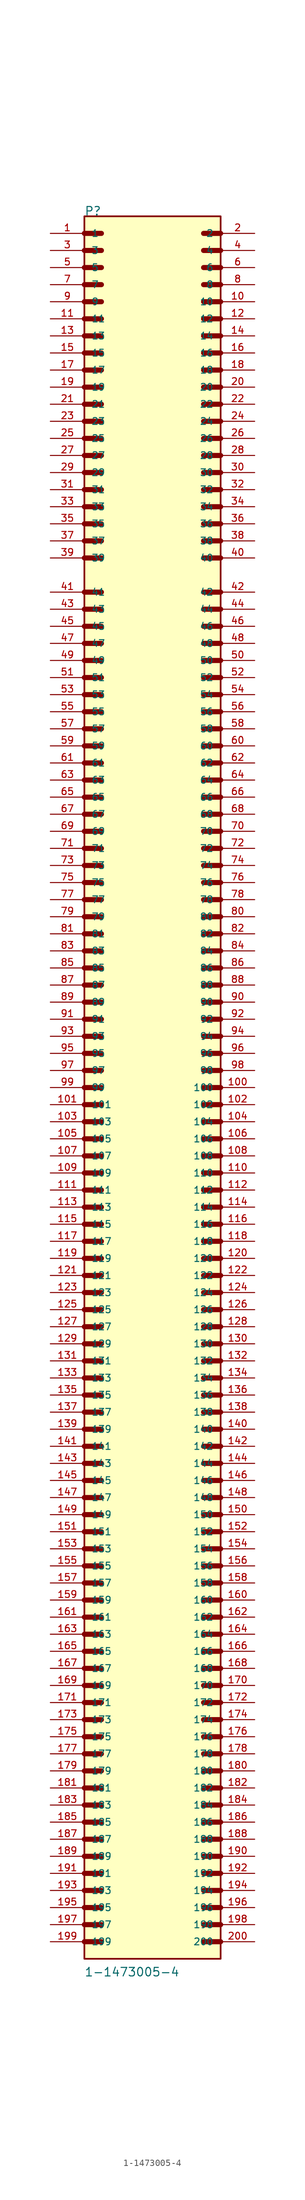
<source format=kicad_sym>
(kicad_symbol_lib
  (version 20211014)
  (generator kicad_symbol_editor)
  (symbol "1-1473005-4"
    (pin_names
      (offset 1.016))
    (property "Reference" "P"
      (at -10.162 129.569 0)
      (effects (font (size 1.27 1.27)) (justify bottom left)))
    (property "Value" "1-1473005-4"
      (at -10.173 -132.252 0)
      (effects (font (size 1.27 1.27)) (justify bottom left)))
    (symbol "1-1473005-4_0_0"
      (polyline (pts (xy -10.16 127.0) (xy -7.62 127.0)) (stroke (width 0.762)))
      (polyline (pts (xy -10.16 124.46) (xy -7.62 124.46)) (stroke (width 0.762)))
      (polyline (pts (xy -10.16 121.92) (xy -7.62 121.92)) (stroke (width 0.762)))
      (polyline (pts (xy -10.16 119.38) (xy -7.62 119.38)) (stroke (width 0.762)))
      (polyline (pts (xy -10.16 116.84) (xy -7.62 116.84)) (stroke (width 0.762)))
      (polyline (pts (xy -10.16 114.3) (xy -7.62 114.3)) (stroke (width 0.762)))
      (polyline (pts (xy -10.16 111.76) (xy -7.62 111.76)) (stroke (width 0.762)))
      (polyline (pts (xy -10.16 109.22) (xy -7.62 109.22)) (stroke (width 0.762)))
      (polyline (pts (xy -10.16 106.68) (xy -7.62 106.68)) (stroke (width 0.762)))
      (polyline (pts (xy -10.16 104.14) (xy -7.62 104.14)) (stroke (width 0.762)))
      (polyline (pts (xy -10.16 101.6) (xy -7.62 101.6)) (stroke (width 0.762)))
      (polyline (pts (xy 7.62 127.0) (xy 10.16 127.0)) (stroke (width 0.762)))
      (polyline (pts (xy 7.62 124.46) (xy 10.16 124.46)) (stroke (width 0.762)))
      (polyline (pts (xy 7.62 121.92) (xy 10.16 121.92)) (stroke (width 0.762)))
      (polyline (pts (xy 7.62 119.38) (xy 10.16 119.38)) (stroke (width 0.762)))
      (polyline (pts (xy 7.62 116.84) (xy 10.16 116.84)) (stroke (width 0.762)))
      (polyline (pts (xy 7.62 114.3) (xy 10.16 114.3)) (stroke (width 0.762)))
      (polyline (pts (xy 7.62 111.76) (xy 10.16 111.76)) (stroke (width 0.762)))
      (polyline (pts (xy 7.62 109.22) (xy 10.16 109.22)) (stroke (width 0.762)))
      (polyline (pts (xy 7.62 106.68) (xy 10.16 106.68)) (stroke (width 0.762)))
      (polyline (pts (xy 7.62 104.14) (xy 10.16 104.14)) (stroke (width 0.762)))
      (polyline (pts (xy 7.62 101.6) (xy 10.16 101.6)) (stroke (width 0.762)))
      (polyline (pts (xy -10.16 99.06) (xy -7.62 99.06)) (stroke (width 0.762)))
      (polyline (pts (xy -10.16 96.52) (xy -7.62 96.52)) (stroke (width 0.762)))
      (polyline (pts (xy -10.16 93.98) (xy -7.62 93.98)) (stroke (width 0.762)))
      (polyline (pts (xy -10.16 91.44) (xy -7.62 91.44)) (stroke (width 0.762)))
      (polyline (pts (xy -10.16 88.9) (xy -7.62 88.9)) (stroke (width 0.762)))
      (polyline (pts (xy -10.16 86.36) (xy -7.62 86.36)) (stroke (width 0.762)))
      (polyline (pts (xy -10.16 83.82) (xy -7.62 83.82)) (stroke (width 0.762)))
      (polyline (pts (xy -10.16 81.28) (xy -7.62 81.28)) (stroke (width 0.762)))
      (polyline (pts (xy -10.16 78.74) (xy -7.62 78.74)) (stroke (width 0.762)))
      (polyline (pts (xy 7.62 99.06) (xy 10.16 99.06)) (stroke (width 0.762)))
      (polyline (pts (xy 7.62 96.52) (xy 10.16 96.52)) (stroke (width 0.762)))
      (polyline (pts (xy 7.62 93.98) (xy 10.16 93.98)) (stroke (width 0.762)))
      (polyline (pts (xy 7.62 91.44) (xy 10.16 91.44)) (stroke (width 0.762)))
      (polyline (pts (xy 7.62 88.9) (xy 10.16 88.9)) (stroke (width 0.762)))
      (polyline (pts (xy 7.62 86.36) (xy 10.16 86.36)) (stroke (width 0.762)))
      (polyline (pts (xy 7.62 83.82) (xy 10.16 83.82)) (stroke (width 0.762)))
      (polyline (pts (xy 7.62 81.28) (xy 10.16 81.28)) (stroke (width 0.762)))
      (polyline (pts (xy 7.62 78.74) (xy 10.16 78.74)) (stroke (width 0.762)))
      (polyline (pts (xy -10.16 73.66) (xy -7.62 73.66)) (stroke (width 0.762)))
      (polyline (pts (xy -10.16 71.12) (xy -7.62 71.12)) (stroke (width 0.762)))
      (polyline (pts (xy -10.16 68.58) (xy -7.62 68.58)) (stroke (width 0.762)))
      (polyline (pts (xy -10.16 66.04) (xy -7.62 66.04)) (stroke (width 0.762)))
      (polyline (pts (xy -10.16 63.5) (xy -7.62 63.5)) (stroke (width 0.762)))
      (polyline (pts (xy -10.16 60.96) (xy -7.62 60.96)) (stroke (width 0.762)))
      (polyline (pts (xy -10.16 58.42) (xy -7.62 58.42)) (stroke (width 0.762)))
      (polyline (pts (xy -10.16 55.88) (xy -7.62 55.88)) (stroke (width 0.762)))
      (polyline (pts (xy -10.16 53.34) (xy -7.62 53.34)) (stroke (width 0.762)))
      (polyline (pts (xy -10.16 50.8) (xy -7.62 50.8)) (stroke (width 0.762)))
      (polyline (pts (xy -10.16 48.26) (xy -7.62 48.26)) (stroke (width 0.762)))
      (polyline (pts (xy 7.62 73.66) (xy 10.16 73.66)) (stroke (width 0.762)))
      (polyline (pts (xy 7.62 71.12) (xy 10.16 71.12)) (stroke (width 0.762)))
      (polyline (pts (xy 7.62 68.58) (xy 10.16 68.58)) (stroke (width 0.762)))
      (polyline (pts (xy 7.62 66.04) (xy 10.16 66.04)) (stroke (width 0.762)))
      (polyline (pts (xy 7.62 63.5) (xy 10.16 63.5)) (stroke (width 0.762)))
      (polyline (pts (xy 7.62 60.96) (xy 10.16 60.96)) (stroke (width 0.762)))
      (polyline (pts (xy 7.62 58.42) (xy 10.16 58.42)) (stroke (width 0.762)))
      (polyline (pts (xy 7.62 55.88) (xy 10.16 55.88)) (stroke (width 0.762)))
      (polyline (pts (xy 7.62 53.34) (xy 10.16 53.34)) (stroke (width 0.762)))
      (polyline (pts (xy 7.62 50.8) (xy 10.16 50.8)) (stroke (width 0.762)))
      (polyline (pts (xy 7.62 48.26) (xy 10.16 48.26)) (stroke (width 0.762)))
      (polyline (pts (xy -10.16 45.72) (xy -7.62 45.72)) (stroke (width 0.762)))
      (polyline (pts (xy -10.16 43.18) (xy -7.62 43.18)) (stroke (width 0.762)))
      (polyline (pts (xy -10.16 40.64) (xy -7.62 40.64)) (stroke (width 0.762)))
      (polyline (pts (xy -10.16 38.1) (xy -7.62 38.1)) (stroke (width 0.762)))
      (polyline (pts (xy -10.16 35.56) (xy -7.62 35.56)) (stroke (width 0.762)))
      (polyline (pts (xy -10.16 33.02) (xy -7.62 33.02)) (stroke (width 0.762)))
      (polyline (pts (xy -10.16 30.48) (xy -7.62 30.48)) (stroke (width 0.762)))
      (polyline (pts (xy -10.16 27.94) (xy -7.62 27.94)) (stroke (width 0.762)))
      (polyline (pts (xy -10.16 25.4) (xy -7.62 25.4)) (stroke (width 0.762)))
      (polyline (pts (xy 7.62 45.72) (xy 10.16 45.72)) (stroke (width 0.762)))
      (polyline (pts (xy 7.62 43.18) (xy 10.16 43.18)) (stroke (width 0.762)))
      (polyline (pts (xy 7.62 40.64) (xy 10.16 40.64)) (stroke (width 0.762)))
      (polyline (pts (xy 7.62 38.1) (xy 10.16 38.1)) (stroke (width 0.762)))
      (polyline (pts (xy 7.62 35.56) (xy 10.16 35.56)) (stroke (width 0.762)))
      (polyline (pts (xy 7.62 33.02) (xy 10.16 33.02)) (stroke (width 0.762)))
      (polyline (pts (xy 7.62 30.48) (xy 10.16 30.48)) (stroke (width 0.762)))
      (polyline (pts (xy 7.62 27.94) (xy 10.16 27.94)) (stroke (width 0.762)))
      (polyline (pts (xy 7.62 25.4) (xy 10.16 25.4)) (stroke (width 0.762)))
      (polyline (pts (xy -10.16 22.86) (xy -7.62 22.86)) (stroke (width 0.762)))
      (polyline (pts (xy -10.16 20.32) (xy -7.62 20.32)) (stroke (width 0.762)))
      (polyline (pts (xy -10.16 17.78) (xy -7.62 17.78)) (stroke (width 0.762)))
      (polyline (pts (xy -10.16 15.24) (xy -7.62 15.24)) (stroke (width 0.762)))
      (polyline (pts (xy -10.16 12.7) (xy -7.62 12.7)) (stroke (width 0.762)))
      (polyline (pts (xy -10.16 10.16) (xy -7.62 10.16)) (stroke (width 0.762)))
      (polyline (pts (xy -10.16 7.62) (xy -7.62 7.62)) (stroke (width 0.762)))
      (polyline (pts (xy -10.16 5.08) (xy -7.62 5.08)) (stroke (width 0.762)))
      (polyline (pts (xy -10.16 2.54) (xy -7.62 2.54)) (stroke (width 0.762)))
      (polyline (pts (xy -10.16 0.0) (xy -7.62 0.0)) (stroke (width 0.762)))
      (polyline (pts (xy -10.16 -2.54) (xy -7.62 -2.54)) (stroke (width 0.762)))
      (polyline (pts (xy 7.62 22.86) (xy 10.16 22.86)) (stroke (width 0.762)))
      (polyline (pts (xy 7.62 20.32) (xy 10.16 20.32)) (stroke (width 0.762)))
      (polyline (pts (xy 7.62 17.78) (xy 10.16 17.78)) (stroke (width 0.762)))
      (polyline (pts (xy 7.62 15.24) (xy 10.16 15.24)) (stroke (width 0.762)))
      (polyline (pts (xy 7.62 12.7) (xy 10.16 12.7)) (stroke (width 0.762)))
      (polyline (pts (xy 7.62 10.16) (xy 10.16 10.16)) (stroke (width 0.762)))
      (polyline (pts (xy 7.62 7.62) (xy 10.16 7.62)) (stroke (width 0.762)))
      (polyline (pts (xy 7.62 5.08) (xy 10.16 5.08)) (stroke (width 0.762)))
      (polyline (pts (xy 7.62 2.54) (xy 10.16 2.54)) (stroke (width 0.762)))
      (polyline (pts (xy 7.62 0.0) (xy 10.16 0.0)) (stroke (width 0.762)))
      (polyline (pts (xy 7.62 -2.54) (xy 10.16 -2.54)) (stroke (width 0.762)))
      (polyline (pts (xy -10.16 -5.08) (xy -7.62 -5.08)) (stroke (width 0.762)))
      (polyline (pts (xy -10.16 -7.62) (xy -7.62 -7.62)) (stroke (width 0.762)))
      (polyline (pts (xy -10.16 -10.16) (xy -7.62 -10.16)) (stroke (width 0.762)))
      (polyline (pts (xy -10.16 -12.7) (xy -7.62 -12.7)) (stroke (width 0.762)))
      (polyline (pts (xy -10.16 -15.24) (xy -7.62 -15.24)) (stroke (width 0.762)))
      (polyline (pts (xy -10.16 -17.78) (xy -7.62 -17.78)) (stroke (width 0.762)))
      (polyline (pts (xy -10.16 -20.32) (xy -7.62 -20.32)) (stroke (width 0.762)))
      (polyline (pts (xy -10.16 -22.86) (xy -7.62 -22.86)) (stroke (width 0.762)))
      (polyline (pts (xy -10.16 -25.4) (xy -7.62 -25.4)) (stroke (width 0.762)))
      (polyline (pts (xy 7.62 -5.08) (xy 10.16 -5.08)) (stroke (width 0.762)))
      (polyline (pts (xy 7.62 -7.62) (xy 10.16 -7.62)) (stroke (width 0.762)))
      (polyline (pts (xy 7.62 -10.16) (xy 10.16 -10.16)) (stroke (width 0.762)))
      (polyline (pts (xy 7.62 -12.7) (xy 10.16 -12.7)) (stroke (width 0.762)))
      (polyline (pts (xy 7.62 -15.24) (xy 10.16 -15.24)) (stroke (width 0.762)))
      (polyline (pts (xy 7.62 -17.78) (xy 10.16 -17.78)) (stroke (width 0.762)))
      (polyline (pts (xy 7.62 -20.32) (xy 10.16 -20.32)) (stroke (width 0.762)))
      (polyline (pts (xy 7.62 -22.86) (xy 10.16 -22.86)) (stroke (width 0.762)))
      (polyline (pts (xy 7.62 -25.4) (xy 10.16 -25.4)) (stroke (width 0.762)))
      (polyline (pts (xy -10.16 -27.94) (xy -7.62 -27.94)) (stroke (width 0.762)))
      (polyline (pts (xy -10.16 -30.48) (xy -7.62 -30.48)) (stroke (width 0.762)))
      (polyline (pts (xy -10.16 -33.02) (xy -7.62 -33.02)) (stroke (width 0.762)))
      (polyline (pts (xy -10.16 -35.56) (xy -7.62 -35.56)) (stroke (width 0.762)))
      (polyline (pts (xy -10.16 -38.1) (xy -7.62 -38.1)) (stroke (width 0.762)))
      (polyline (pts (xy -10.16 -40.64) (xy -7.62 -40.64)) (stroke (width 0.762)))
      (polyline (pts (xy -10.16 -43.18) (xy -7.62 -43.18)) (stroke (width 0.762)))
      (polyline (pts (xy -10.16 -45.72) (xy -7.62 -45.72)) (stroke (width 0.762)))
      (polyline (pts (xy -10.16 -48.26) (xy -7.62 -48.26)) (stroke (width 0.762)))
      (polyline (pts (xy -10.16 -50.8) (xy -7.62 -50.8)) (stroke (width 0.762)))
      (polyline (pts (xy -10.16 -53.34) (xy -7.62 -53.34)) (stroke (width 0.762)))
      (polyline (pts (xy 7.62 -27.94) (xy 10.16 -27.94)) (stroke (width 0.762)))
      (polyline (pts (xy 7.62 -30.48) (xy 10.16 -30.48)) (stroke (width 0.762)))
      (polyline (pts (xy 7.62 -33.02) (xy 10.16 -33.02)) (stroke (width 0.762)))
      (polyline (pts (xy 7.62 -35.56) (xy 10.16 -35.56)) (stroke (width 0.762)))
      (polyline (pts (xy 7.62 -38.1) (xy 10.16 -38.1)) (stroke (width 0.762)))
      (polyline (pts (xy 7.62 -40.64) (xy 10.16 -40.64)) (stroke (width 0.762)))
      (polyline (pts (xy 7.62 -43.18) (xy 10.16 -43.18)) (stroke (width 0.762)))
      (polyline (pts (xy 7.62 -45.72) (xy 10.16 -45.72)) (stroke (width 0.762)))
      (polyline (pts (xy 7.62 -48.26) (xy 10.16 -48.26)) (stroke (width 0.762)))
      (polyline (pts (xy 7.62 -50.8) (xy 10.16 -50.8)) (stroke (width 0.762)))
      (polyline (pts (xy 7.62 -53.34) (xy 10.16 -53.34)) (stroke (width 0.762)))
      (polyline (pts (xy -10.16 -55.88) (xy -7.62 -55.88)) (stroke (width 0.762)))
      (polyline (pts (xy -10.16 -58.42) (xy -7.62 -58.42)) (stroke (width 0.762)))
      (polyline (pts (xy -10.16 -60.96) (xy -7.62 -60.96)) (stroke (width 0.762)))
      (polyline (pts (xy -10.16 -63.5) (xy -7.62 -63.5)) (stroke (width 0.762)))
      (polyline (pts (xy -10.16 -66.04) (xy -7.62 -66.04)) (stroke (width 0.762)))
      (polyline (pts (xy -10.16 -68.58) (xy -7.62 -68.58)) (stroke (width 0.762)))
      (polyline (pts (xy -10.16 -71.12) (xy -7.62 -71.12)) (stroke (width 0.762)))
      (polyline (pts (xy -10.16 -73.66) (xy -7.62 -73.66)) (stroke (width 0.762)))
      (polyline (pts (xy -10.16 -76.2) (xy -7.62 -76.2)) (stroke (width 0.762)))
      (polyline (pts (xy 7.62 -55.88) (xy 10.16 -55.88)) (stroke (width 0.762)))
      (polyline (pts (xy 7.62 -58.42) (xy 10.16 -58.42)) (stroke (width 0.762)))
      (polyline (pts (xy 7.62 -60.96) (xy 10.16 -60.96)) (stroke (width 0.762)))
      (polyline (pts (xy 7.62 -63.5) (xy 10.16 -63.5)) (stroke (width 0.762)))
      (polyline (pts (xy 7.62 -66.04) (xy 10.16 -66.04)) (stroke (width 0.762)))
      (polyline (pts (xy 7.62 -68.58) (xy 10.16 -68.58)) (stroke (width 0.762)))
      (polyline (pts (xy 7.62 -71.12) (xy 10.16 -71.12)) (stroke (width 0.762)))
      (polyline (pts (xy 7.62 -73.66) (xy 10.16 -73.66)) (stroke (width 0.762)))
      (polyline (pts (xy 7.62 -76.2) (xy 10.16 -76.2)) (stroke (width 0.762)))
      (polyline (pts (xy -10.16 -78.74) (xy -7.62 -78.74)) (stroke (width 0.762)))
      (polyline (pts (xy -10.16 -81.28) (xy -7.62 -81.28)) (stroke (width 0.762)))
      (polyline (pts (xy -10.16 -83.82) (xy -7.62 -83.82)) (stroke (width 0.762)))
      (polyline (pts (xy -10.16 -86.36) (xy -7.62 -86.36)) (stroke (width 0.762)))
      (polyline (pts (xy -10.16 -88.9) (xy -7.62 -88.9)) (stroke (width 0.762)))
      (polyline (pts (xy -10.16 -91.44) (xy -7.62 -91.44)) (stroke (width 0.762)))
      (polyline (pts (xy -10.16 -93.98) (xy -7.62 -93.98)) (stroke (width 0.762)))
      (polyline (pts (xy -10.16 -96.52) (xy -7.62 -96.52)) (stroke (width 0.762)))
      (polyline (pts (xy -10.16 -99.06) (xy -7.62 -99.06)) (stroke (width 0.762)))
      (polyline (pts (xy -10.16 -101.6) (xy -7.62 -101.6)) (stroke (width 0.762)))
      (polyline (pts (xy -10.16 -104.14) (xy -7.62 -104.14)) (stroke (width 0.762)))
      (polyline (pts (xy 7.62 -78.74) (xy 10.16 -78.74)) (stroke (width 0.762)))
      (polyline (pts (xy 7.62 -81.28) (xy 10.16 -81.28)) (stroke (width 0.762)))
      (polyline (pts (xy 7.62 -83.82) (xy 10.16 -83.82)) (stroke (width 0.762)))
      (polyline (pts (xy 7.62 -86.36) (xy 10.16 -86.36)) (stroke (width 0.762)))
      (polyline (pts (xy 7.62 -88.9) (xy 10.16 -88.9)) (stroke (width 0.762)))
      (polyline (pts (xy 7.62 -91.44) (xy 10.16 -91.44)) (stroke (width 0.762)))
      (polyline (pts (xy 7.62 -93.98) (xy 10.16 -93.98)) (stroke (width 0.762)))
      (polyline (pts (xy 7.62 -96.52) (xy 10.16 -96.52)) (stroke (width 0.762)))
      (polyline (pts (xy 7.62 -99.06) (xy 10.16 -99.06)) (stroke (width 0.762)))
      (polyline (pts (xy 7.62 -101.6) (xy 10.16 -101.6)) (stroke (width 0.762)))
      (polyline (pts (xy 7.62 -104.14) (xy 10.16 -104.14)) (stroke (width 0.762)))
      (polyline (pts (xy -10.16 -106.68) (xy -7.62 -106.68)) (stroke (width 0.762)))
      (polyline (pts (xy -10.16 -109.22) (xy -7.62 -109.22)) (stroke (width 0.762)))
      (polyline (pts (xy -10.16 -111.76) (xy -7.62 -111.76)) (stroke (width 0.762)))
      (polyline (pts (xy -10.16 -114.3) (xy -7.62 -114.3)) (stroke (width 0.762)))
      (polyline (pts (xy -10.16 -116.84) (xy -7.62 -116.84)) (stroke (width 0.762)))
      (polyline (pts (xy -10.16 -119.38) (xy -7.62 -119.38)) (stroke (width 0.762)))
      (polyline (pts (xy -10.16 -121.92) (xy -7.62 -121.92)) (stroke (width 0.762)))
      (polyline (pts (xy -10.16 -124.46) (xy -7.62 -124.46)) (stroke (width 0.762)))
      (polyline (pts (xy -10.16 -127.0) (xy -7.62 -127.0)) (stroke (width 0.762)))
      (polyline (pts (xy 7.62 -106.68) (xy 10.16 -106.68)) (stroke (width 0.762)))
      (polyline (pts (xy 7.62 -109.22) (xy 10.16 -109.22)) (stroke (width 0.762)))
      (polyline (pts (xy 7.62 -111.76) (xy 10.16 -111.76)) (stroke (width 0.762)))
      (polyline (pts (xy 7.62 -114.3) (xy 10.16 -114.3)) (stroke (width 0.762)))
      (polyline (pts (xy 7.62 -116.84) (xy 10.16 -116.84)) (stroke (width 0.762)))
      (polyline (pts (xy 7.62 -119.38) (xy 10.16 -119.38)) (stroke (width 0.762)))
      (polyline (pts (xy 7.62 -121.92) (xy 10.16 -121.92)) (stroke (width 0.762)))
      (polyline (pts (xy 7.62 -124.46) (xy 10.16 -124.46)) (stroke (width 0.762)))
      (polyline (pts (xy 7.62 -127.0) (xy 10.16 -127.0)) (stroke (width 0.762)))
      (rectangle (start -10.16 -129.54) (end 10.16 129.54) (stroke (width 0.254)) (fill (type background)))
      (pin passive line (at -15.24 127.0 0) (length 5.08) (name "1" (effects (font (size 1.016 1.016)))) (number "1" (effects (font (size 1.016 1.016)))))
      (pin passive line (at 15.24 127.0 180.0) (length 5.08) (name "2" (effects (font (size 1.016 1.016)))) (number "2" (effects (font (size 1.016 1.016)))))
      (pin passive line (at -15.24 124.46 0) (length 5.08) (name "3" (effects (font (size 1.016 1.016)))) (number "3" (effects (font (size 1.016 1.016)))))
      (pin passive line (at 15.24 124.46 180.0) (length 5.08) (name "4" (effects (font (size 1.016 1.016)))) (number "4" (effects (font (size 1.016 1.016)))))
      (pin passive line (at -15.24 121.92 0) (length 5.08) (name "5" (effects (font (size 1.016 1.016)))) (number "5" (effects (font (size 1.016 1.016)))))
      (pin passive line (at 15.24 121.92 180.0) (length 5.08) (name "6" (effects (font (size 1.016 1.016)))) (number "6" (effects (font (size 1.016 1.016)))))
      (pin passive line (at -15.24 119.38 0) (length 5.08) (name "7" (effects (font (size 1.016 1.016)))) (number "7" (effects (font (size 1.016 1.016)))))
      (pin passive line (at 15.24 119.38 180.0) (length 5.08) (name "8" (effects (font (size 1.016 1.016)))) (number "8" (effects (font (size 1.016 1.016)))))
      (pin passive line (at -15.24 116.84 0) (length 5.08) (name "9" (effects (font (size 1.016 1.016)))) (number "9" (effects (font (size 1.016 1.016)))))
      (pin passive line (at 15.24 116.84 180.0) (length 5.08) (name "10" (effects (font (size 1.016 1.016)))) (number "10" (effects (font (size 1.016 1.016)))))
      (pin passive line (at -15.24 114.3 0) (length 5.08) (name "11" (effects (font (size 1.016 1.016)))) (number "11" (effects (font (size 1.016 1.016)))))
      (pin passive line (at 15.24 114.3 180.0) (length 5.08) (name "12" (effects (font (size 1.016 1.016)))) (number "12" (effects (font (size 1.016 1.016)))))
      (pin passive line (at -15.24 111.76 0) (length 5.08) (name "13" (effects (font (size 1.016 1.016)))) (number "13" (effects (font (size 1.016 1.016)))))
      (pin passive line (at 15.24 111.76 180.0) (length 5.08) (name "14" (effects (font (size 1.016 1.016)))) (number "14" (effects (font (size 1.016 1.016)))))
      (pin passive line (at -15.24 109.22 0) (length 5.08) (name "15" (effects (font (size 1.016 1.016)))) (number "15" (effects (font (size 1.016 1.016)))))
      (pin passive line (at 15.24 109.22 180.0) (length 5.08) (name "16" (effects (font (size 1.016 1.016)))) (number "16" (effects (font (size 1.016 1.016)))))
      (pin passive line (at -15.24 106.68 0) (length 5.08) (name "17" (effects (font (size 1.016 1.016)))) (number "17" (effects (font (size 1.016 1.016)))))
      (pin passive line (at 15.24 106.68 180.0) (length 5.08) (name "18" (effects (font (size 1.016 1.016)))) (number "18" (effects (font (size 1.016 1.016)))))
      (pin passive line (at -15.24 104.14 0) (length 5.08) (name "19" (effects (font (size 1.016 1.016)))) (number "19" (effects (font (size 1.016 1.016)))))
      (pin passive line (at 15.24 104.14 180.0) (length 5.08) (name "20" (effects (font (size 1.016 1.016)))) (number "20" (effects (font (size 1.016 1.016)))))
      (pin passive line (at -15.24 101.6 0) (length 5.08) (name "21" (effects (font (size 1.016 1.016)))) (number "21" (effects (font (size 1.016 1.016)))))
      (pin passive line (at 15.24 101.6 180.0) (length 5.08) (name "22" (effects (font (size 1.016 1.016)))) (number "22" (effects (font (size 1.016 1.016)))))
      (pin passive line (at -15.24 99.06 0) (length 5.08) (name "23" (effects (font (size 1.016 1.016)))) (number "23" (effects (font (size 1.016 1.016)))))
      (pin passive line (at 15.24 99.06 180.0) (length 5.08) (name "24" (effects (font (size 1.016 1.016)))) (number "24" (effects (font (size 1.016 1.016)))))
      (pin passive line (at -15.24 96.52 0) (length 5.08) (name "25" (effects (font (size 1.016 1.016)))) (number "25" (effects (font (size 1.016 1.016)))))
      (pin passive line (at 15.24 96.52 180.0) (length 5.08) (name "26" (effects (font (size 1.016 1.016)))) (number "26" (effects (font (size 1.016 1.016)))))
      (pin passive line (at -15.24 93.98 0) (length 5.08) (name "27" (effects (font (size 1.016 1.016)))) (number "27" (effects (font (size 1.016 1.016)))))
      (pin passive line (at 15.24 93.98 180.0) (length 5.08) (name "28" (effects (font (size 1.016 1.016)))) (number "28" (effects (font (size 1.016 1.016)))))
      (pin passive line (at -15.24 91.44 0) (length 5.08) (name "29" (effects (font (size 1.016 1.016)))) (number "29" (effects (font (size 1.016 1.016)))))
      (pin passive line (at 15.24 91.44 180.0) (length 5.08) (name "30" (effects (font (size 1.016 1.016)))) (number "30" (effects (font (size 1.016 1.016)))))
      (pin passive line (at -15.24 88.9 0) (length 5.08) (name "31" (effects (font (size 1.016 1.016)))) (number "31" (effects (font (size 1.016 1.016)))))
      (pin passive line (at 15.24 88.9 180.0) (length 5.08) (name "32" (effects (font (size 1.016 1.016)))) (number "32" (effects (font (size 1.016 1.016)))))
      (pin passive line (at -15.24 86.36 0) (length 5.08) (name "33" (effects (font (size 1.016 1.016)))) (number "33" (effects (font (size 1.016 1.016)))))
      (pin passive line (at 15.24 86.36 180.0) (length 5.08) (name "34" (effects (font (size 1.016 1.016)))) (number "34" (effects (font (size 1.016 1.016)))))
      (pin passive line (at -15.24 83.82 0) (length 5.08) (name "35" (effects (font (size 1.016 1.016)))) (number "35" (effects (font (size 1.016 1.016)))))
      (pin passive line (at 15.24 83.82 180.0) (length 5.08) (name "36" (effects (font (size 1.016 1.016)))) (number "36" (effects (font (size 1.016 1.016)))))
      (pin passive line (at -15.24 81.28 0) (length 5.08) (name "37" (effects (font (size 1.016 1.016)))) (number "37" (effects (font (size 1.016 1.016)))))
      (pin passive line (at 15.24 81.28 180.0) (length 5.08) (name "38" (effects (font (size 1.016 1.016)))) (number "38" (effects (font (size 1.016 1.016)))))
      (pin passive line (at -15.24 78.74 0) (length 5.08) (name "39" (effects (font (size 1.016 1.016)))) (number "39" (effects (font (size 1.016 1.016)))))
      (pin passive line (at 15.24 78.74 180.0) (length 5.08) (name "40" (effects (font (size 1.016 1.016)))) (number "40" (effects (font (size 1.016 1.016)))))
      (pin passive line (at -15.24 73.66 0) (length 5.08) (name "41" (effects (font (size 1.016 1.016)))) (number "41" (effects (font (size 1.016 1.016)))))
      (pin passive line (at 15.24 73.66 180.0) (length 5.08) (name "42" (effects (font (size 1.016 1.016)))) (number "42" (effects (font (size 1.016 1.016)))))
      (pin passive line (at -15.24 71.12 0) (length 5.08) (name "43" (effects (font (size 1.016 1.016)))) (number "43" (effects (font (size 1.016 1.016)))))
      (pin passive line (at 15.24 71.12 180.0) (length 5.08) (name "44" (effects (font (size 1.016 1.016)))) (number "44" (effects (font (size 1.016 1.016)))))
      (pin passive line (at -15.24 68.58 0) (length 5.08) (name "45" (effects (font (size 1.016 1.016)))) (number "45" (effects (font (size 1.016 1.016)))))
      (pin passive line (at 15.24 68.58 180.0) (length 5.08) (name "46" (effects (font (size 1.016 1.016)))) (number "46" (effects (font (size 1.016 1.016)))))
      (pin passive line (at -15.24 66.04 0) (length 5.08) (name "47" (effects (font (size 1.016 1.016)))) (number "47" (effects (font (size 1.016 1.016)))))
      (pin passive line (at 15.24 66.04 180.0) (length 5.08) (name "48" (effects (font (size 1.016 1.016)))) (number "48" (effects (font (size 1.016 1.016)))))
      (pin passive line (at -15.24 63.5 0) (length 5.08) (name "49" (effects (font (size 1.016 1.016)))) (number "49" (effects (font (size 1.016 1.016)))))
      (pin passive line (at 15.24 63.5 180.0) (length 5.08) (name "50" (effects (font (size 1.016 1.016)))) (number "50" (effects (font (size 1.016 1.016)))))
      (pin passive line (at -15.24 60.96 0) (length 5.08) (name "51" (effects (font (size 1.016 1.016)))) (number "51" (effects (font (size 1.016 1.016)))))
      (pin passive line (at 15.24 60.96 180.0) (length 5.08) (name "52" (effects (font (size 1.016 1.016)))) (number "52" (effects (font (size 1.016 1.016)))))
      (pin passive line (at -15.24 58.42 0) (length 5.08) (name "53" (effects (font (size 1.016 1.016)))) (number "53" (effects (font (size 1.016 1.016)))))
      (pin passive line (at 15.24 58.42 180.0) (length 5.08) (name "54" (effects (font (size 1.016 1.016)))) (number "54" (effects (font (size 1.016 1.016)))))
      (pin passive line (at -15.24 55.88 0) (length 5.08) (name "55" (effects (font (size 1.016 1.016)))) (number "55" (effects (font (size 1.016 1.016)))))
      (pin passive line (at 15.24 55.88 180.0) (length 5.08) (name "56" (effects (font (size 1.016 1.016)))) (number "56" (effects (font (size 1.016 1.016)))))
      (pin passive line (at -15.24 53.34 0) (length 5.08) (name "57" (effects (font (size 1.016 1.016)))) (number "57" (effects (font (size 1.016 1.016)))))
      (pin passive line (at 15.24 53.34 180.0) (length 5.08) (name "58" (effects (font (size 1.016 1.016)))) (number "58" (effects (font (size 1.016 1.016)))))
      (pin passive line (at -15.24 50.8 0) (length 5.08) (name "59" (effects (font (size 1.016 1.016)))) (number "59" (effects (font (size 1.016 1.016)))))
      (pin passive line (at 15.24 50.8 180.0) (length 5.08) (name "60" (effects (font (size 1.016 1.016)))) (number "60" (effects (font (size 1.016 1.016)))))
      (pin passive line (at -15.24 48.26 0) (length 5.08) (name "61" (effects (font (size 1.016 1.016)))) (number "61" (effects (font (size 1.016 1.016)))))
      (pin passive line (at 15.24 48.26 180.0) (length 5.08) (name "62" (effects (font (size 1.016 1.016)))) (number "62" (effects (font (size 1.016 1.016)))))
      (pin passive line (at -15.24 45.72 0) (length 5.08) (name "63" (effects (font (size 1.016 1.016)))) (number "63" (effects (font (size 1.016 1.016)))))
      (pin passive line (at 15.24 45.72 180.0) (length 5.08) (name "64" (effects (font (size 1.016 1.016)))) (number "64" (effects (font (size 1.016 1.016)))))
      (pin passive line (at -15.24 43.18 0) (length 5.08) (name "65" (effects (font (size 1.016 1.016)))) (number "65" (effects (font (size 1.016 1.016)))))
      (pin passive line (at 15.24 43.18 180.0) (length 5.08) (name "66" (effects (font (size 1.016 1.016)))) (number "66" (effects (font (size 1.016 1.016)))))
      (pin passive line (at -15.24 40.64 0) (length 5.08) (name "67" (effects (font (size 1.016 1.016)))) (number "67" (effects (font (size 1.016 1.016)))))
      (pin passive line (at 15.24 40.64 180.0) (length 5.08) (name "68" (effects (font (size 1.016 1.016)))) (number "68" (effects (font (size 1.016 1.016)))))
      (pin passive line (at -15.24 38.1 0) (length 5.08) (name "69" (effects (font (size 1.016 1.016)))) (number "69" (effects (font (size 1.016 1.016)))))
      (pin passive line (at 15.24 38.1 180.0) (length 5.08) (name "70" (effects (font (size 1.016 1.016)))) (number "70" (effects (font (size 1.016 1.016)))))
      (pin passive line (at -15.24 35.56 0) (length 5.08) (name "71" (effects (font (size 1.016 1.016)))) (number "71" (effects (font (size 1.016 1.016)))))
      (pin passive line (at 15.24 35.56 180.0) (length 5.08) (name "72" (effects (font (size 1.016 1.016)))) (number "72" (effects (font (size 1.016 1.016)))))
      (pin passive line (at -15.24 33.02 0) (length 5.08) (name "73" (effects (font (size 1.016 1.016)))) (number "73" (effects (font (size 1.016 1.016)))))
      (pin passive line (at 15.24 33.02 180.0) (length 5.08) (name "74" (effects (font (size 1.016 1.016)))) (number "74" (effects (font (size 1.016 1.016)))))
      (pin passive line (at -15.24 30.48 0) (length 5.08) (name "75" (effects (font (size 1.016 1.016)))) (number "75" (effects (font (size 1.016 1.016)))))
      (pin passive line (at 15.24 30.48 180.0) (length 5.08) (name "76" (effects (font (size 1.016 1.016)))) (number "76" (effects (font (size 1.016 1.016)))))
      (pin passive line (at -15.24 27.94 0) (length 5.08) (name "77" (effects (font (size 1.016 1.016)))) (number "77" (effects (font (size 1.016 1.016)))))
      (pin passive line (at 15.24 27.94 180.0) (length 5.08) (name "78" (effects (font (size 1.016 1.016)))) (number "78" (effects (font (size 1.016 1.016)))))
      (pin passive line (at -15.24 25.4 0) (length 5.08) (name "79" (effects (font (size 1.016 1.016)))) (number "79" (effects (font (size 1.016 1.016)))))
      (pin passive line (at 15.24 25.4 180.0) (length 5.08) (name "80" (effects (font (size 1.016 1.016)))) (number "80" (effects (font (size 1.016 1.016)))))
      (pin passive line (at -15.24 22.86 0) (length 5.08) (name "81" (effects (font (size 1.016 1.016)))) (number "81" (effects (font (size 1.016 1.016)))))
      (pin passive line (at 15.24 22.86 180.0) (length 5.08) (name "82" (effects (font (size 1.016 1.016)))) (number "82" (effects (font (size 1.016 1.016)))))
      (pin passive line (at -15.24 20.32 0) (length 5.08) (name "83" (effects (font (size 1.016 1.016)))) (number "83" (effects (font (size 1.016 1.016)))))
      (pin passive line (at 15.24 20.32 180.0) (length 5.08) (name "84" (effects (font (size 1.016 1.016)))) (number "84" (effects (font (size 1.016 1.016)))))
      (pin passive line (at -15.24 17.78 0) (length 5.08) (name "85" (effects (font (size 1.016 1.016)))) (number "85" (effects (font (size 1.016 1.016)))))
      (pin passive line (at 15.24 17.78 180.0) (length 5.08) (name "86" (effects (font (size 1.016 1.016)))) (number "86" (effects (font (size 1.016 1.016)))))
      (pin passive line (at -15.24 15.24 0) (length 5.08) (name "87" (effects (font (size 1.016 1.016)))) (number "87" (effects (font (size 1.016 1.016)))))
      (pin passive line (at 15.24 15.24 180.0) (length 5.08) (name "88" (effects (font (size 1.016 1.016)))) (number "88" (effects (font (size 1.016 1.016)))))
      (pin passive line (at -15.24 12.7 0) (length 5.08) (name "89" (effects (font (size 1.016 1.016)))) (number "89" (effects (font (size 1.016 1.016)))))
      (pin passive line (at 15.24 12.7 180.0) (length 5.08) (name "90" (effects (font (size 1.016 1.016)))) (number "90" (effects (font (size 1.016 1.016)))))
      (pin passive line (at -15.24 10.16 0) (length 5.08) (name "91" (effects (font (size 1.016 1.016)))) (number "91" (effects (font (size 1.016 1.016)))))
      (pin passive line (at 15.24 10.16 180.0) (length 5.08) (name "92" (effects (font (size 1.016 1.016)))) (number "92" (effects (font (size 1.016 1.016)))))
      (pin passive line (at -15.24 7.62 0) (length 5.08) (name "93" (effects (font (size 1.016 1.016)))) (number "93" (effects (font (size 1.016 1.016)))))
      (pin passive line (at 15.24 7.62 180.0) (length 5.08) (name "94" (effects (font (size 1.016 1.016)))) (number "94" (effects (font (size 1.016 1.016)))))
      (pin passive line (at -15.24 5.08 0) (length 5.08) (name "95" (effects (font (size 1.016 1.016)))) (number "95" (effects (font (size 1.016 1.016)))))
      (pin passive line (at 15.24 5.08 180.0) (length 5.08) (name "96" (effects (font (size 1.016 1.016)))) (number "96" (effects (font (size 1.016 1.016)))))
      (pin passive line (at -15.24 2.54 0) (length 5.08) (name "97" (effects (font (size 1.016 1.016)))) (number "97" (effects (font (size 1.016 1.016)))))
      (pin passive line (at 15.24 2.54 180.0) (length 5.08) (name "98" (effects (font (size 1.016 1.016)))) (number "98" (effects (font (size 1.016 1.016)))))
      (pin passive line (at -15.24 0.0 0) (length 5.08) (name "99" (effects (font (size 1.016 1.016)))) (number "99" (effects (font (size 1.016 1.016)))))
      (pin passive line (at 15.24 0.0 180.0) (length 5.08) (name "100" (effects (font (size 1.016 1.016)))) (number "100" (effects (font (size 1.016 1.016)))))
      (pin passive line (at -15.24 -2.54 0) (length 5.08) (name "101" (effects (font (size 1.016 1.016)))) (number "101" (effects (font (size 1.016 1.016)))))
      (pin passive line (at 15.24 -2.54 180.0) (length 5.08) (name "102" (effects (font (size 1.016 1.016)))) (number "102" (effects (font (size 1.016 1.016)))))
      (pin passive line (at -15.24 -5.08 0) (length 5.08) (name "103" (effects (font (size 1.016 1.016)))) (number "103" (effects (font (size 1.016 1.016)))))
      (pin passive line (at 15.24 -5.08 180.0) (length 5.08) (name "104" (effects (font (size 1.016 1.016)))) (number "104" (effects (font (size 1.016 1.016)))))
      (pin passive line (at -15.24 -7.62 0) (length 5.08) (name "105" (effects (font (size 1.016 1.016)))) (number "105" (effects (font (size 1.016 1.016)))))
      (pin passive line (at 15.24 -7.62 180.0) (length 5.08) (name "106" (effects (font (size 1.016 1.016)))) (number "106" (effects (font (size 1.016 1.016)))))
      (pin passive line (at -15.24 -10.16 0) (length 5.08) (name "107" (effects (font (size 1.016 1.016)))) (number "107" (effects (font (size 1.016 1.016)))))
      (pin passive line (at 15.24 -10.16 180.0) (length 5.08) (name "108" (effects (font (size 1.016 1.016)))) (number "108" (effects (font (size 1.016 1.016)))))
      (pin passive line (at -15.24 -12.7 0) (length 5.08) (name "109" (effects (font (size 1.016 1.016)))) (number "109" (effects (font (size 1.016 1.016)))))
      (pin passive line (at 15.24 -12.7 180.0) (length 5.08) (name "110" (effects (font (size 1.016 1.016)))) (number "110" (effects (font (size 1.016 1.016)))))
      (pin passive line (at -15.24 -15.24 0) (length 5.08) (name "111" (effects (font (size 1.016 1.016)))) (number "111" (effects (font (size 1.016 1.016)))))
      (pin passive line (at 15.24 -15.24 180.0) (length 5.08) (name "112" (effects (font (size 1.016 1.016)))) (number "112" (effects (font (size 1.016 1.016)))))
      (pin passive line (at -15.24 -17.78 0) (length 5.08) (name "113" (effects (font (size 1.016 1.016)))) (number "113" (effects (font (size 1.016 1.016)))))
      (pin passive line (at 15.24 -17.78 180.0) (length 5.08) (name "114" (effects (font (size 1.016 1.016)))) (number "114" (effects (font (size 1.016 1.016)))))
      (pin passive line (at -15.24 -20.32 0) (length 5.08) (name "115" (effects (font (size 1.016 1.016)))) (number "115" (effects (font (size 1.016 1.016)))))
      (pin passive line (at 15.24 -20.32 180.0) (length 5.08) (name "116" (effects (font (size 1.016 1.016)))) (number "116" (effects (font (size 1.016 1.016)))))
      (pin passive line (at -15.24 -22.86 0) (length 5.08) (name "117" (effects (font (size 1.016 1.016)))) (number "117" (effects (font (size 1.016 1.016)))))
      (pin passive line (at 15.24 -22.86 180.0) (length 5.08) (name "118" (effects (font (size 1.016 1.016)))) (number "118" (effects (font (size 1.016 1.016)))))
      (pin passive line (at -15.24 -25.4 0) (length 5.08) (name "119" (effects (font (size 1.016 1.016)))) (number "119" (effects (font (size 1.016 1.016)))))
      (pin passive line (at 15.24 -25.4 180.0) (length 5.08) (name "120" (effects (font (size 1.016 1.016)))) (number "120" (effects (font (size 1.016 1.016)))))
      (pin passive line (at -15.24 -27.94 0) (length 5.08) (name "121" (effects (font (size 1.016 1.016)))) (number "121" (effects (font (size 1.016 1.016)))))
      (pin passive line (at 15.24 -27.94 180.0) (length 5.08) (name "122" (effects (font (size 1.016 1.016)))) (number "122" (effects (font (size 1.016 1.016)))))
      (pin passive line (at -15.24 -30.48 0) (length 5.08) (name "123" (effects (font (size 1.016 1.016)))) (number "123" (effects (font (size 1.016 1.016)))))
      (pin passive line (at 15.24 -30.48 180.0) (length 5.08) (name "124" (effects (font (size 1.016 1.016)))) (number "124" (effects (font (size 1.016 1.016)))))
      (pin passive line (at -15.24 -33.02 0) (length 5.08) (name "125" (effects (font (size 1.016 1.016)))) (number "125" (effects (font (size 1.016 1.016)))))
      (pin passive line (at 15.24 -33.02 180.0) (length 5.08) (name "126" (effects (font (size 1.016 1.016)))) (number "126" (effects (font (size 1.016 1.016)))))
      (pin passive line (at -15.24 -35.56 0) (length 5.08) (name "127" (effects (font (size 1.016 1.016)))) (number "127" (effects (font (size 1.016 1.016)))))
      (pin passive line (at 15.24 -35.56 180.0) (length 5.08) (name "128" (effects (font (size 1.016 1.016)))) (number "128" (effects (font (size 1.016 1.016)))))
      (pin passive line (at -15.24 -38.1 0) (length 5.08) (name "129" (effects (font (size 1.016 1.016)))) (number "129" (effects (font (size 1.016 1.016)))))
      (pin passive line (at 15.24 -38.1 180.0) (length 5.08) (name "130" (effects (font (size 1.016 1.016)))) (number "130" (effects (font (size 1.016 1.016)))))
      (pin passive line (at -15.24 -40.64 0) (length 5.08) (name "131" (effects (font (size 1.016 1.016)))) (number "131" (effects (font (size 1.016 1.016)))))
      (pin passive line (at 15.24 -40.64 180.0) (length 5.08) (name "132" (effects (font (size 1.016 1.016)))) (number "132" (effects (font (size 1.016 1.016)))))
      (pin passive line (at -15.24 -43.18 0) (length 5.08) (name "133" (effects (font (size 1.016 1.016)))) (number "133" (effects (font (size 1.016 1.016)))))
      (pin passive line (at 15.24 -43.18 180.0) (length 5.08) (name "134" (effects (font (size 1.016 1.016)))) (number "134" (effects (font (size 1.016 1.016)))))
      (pin passive line (at -15.24 -45.72 0) (length 5.08) (name "135" (effects (font (size 1.016 1.016)))) (number "135" (effects (font (size 1.016 1.016)))))
      (pin passive line (at 15.24 -45.72 180.0) (length 5.08) (name "136" (effects (font (size 1.016 1.016)))) (number "136" (effects (font (size 1.016 1.016)))))
      (pin passive line (at -15.24 -48.26 0) (length 5.08) (name "137" (effects (font (size 1.016 1.016)))) (number "137" (effects (font (size 1.016 1.016)))))
      (pin passive line (at 15.24 -48.26 180.0) (length 5.08) (name "138" (effects (font (size 1.016 1.016)))) (number "138" (effects (font (size 1.016 1.016)))))
      (pin passive line (at -15.24 -50.8 0) (length 5.08) (name "139" (effects (font (size 1.016 1.016)))) (number "139" (effects (font (size 1.016 1.016)))))
      (pin passive line (at 15.24 -50.8 180.0) (length 5.08) (name "140" (effects (font (size 1.016 1.016)))) (number "140" (effects (font (size 1.016 1.016)))))
      (pin passive line (at -15.24 -53.34 0) (length 5.08) (name "141" (effects (font (size 1.016 1.016)))) (number "141" (effects (font (size 1.016 1.016)))))
      (pin passive line (at 15.24 -53.34 180.0) (length 5.08) (name "142" (effects (font (size 1.016 1.016)))) (number "142" (effects (font (size 1.016 1.016)))))
      (pin passive line (at -15.24 -55.88 0) (length 5.08) (name "143" (effects (font (size 1.016 1.016)))) (number "143" (effects (font (size 1.016 1.016)))))
      (pin passive line (at 15.24 -55.88 180.0) (length 5.08) (name "144" (effects (font (size 1.016 1.016)))) (number "144" (effects (font (size 1.016 1.016)))))
      (pin passive line (at -15.24 -58.42 0) (length 5.08) (name "145" (effects (font (size 1.016 1.016)))) (number "145" (effects (font (size 1.016 1.016)))))
      (pin passive line (at 15.24 -58.42 180.0) (length 5.08) (name "146" (effects (font (size 1.016 1.016)))) (number "146" (effects (font (size 1.016 1.016)))))
      (pin passive line (at -15.24 -60.96 0) (length 5.08) (name "147" (effects (font (size 1.016 1.016)))) (number "147" (effects (font (size 1.016 1.016)))))
      (pin passive line (at 15.24 -60.96 180.0) (length 5.08) (name "148" (effects (font (size 1.016 1.016)))) (number "148" (effects (font (size 1.016 1.016)))))
      (pin passive line (at -15.24 -63.5 0) (length 5.08) (name "149" (effects (font (size 1.016 1.016)))) (number "149" (effects (font (size 1.016 1.016)))))
      (pin passive line (at 15.24 -63.5 180.0) (length 5.08) (name "150" (effects (font (size 1.016 1.016)))) (number "150" (effects (font (size 1.016 1.016)))))
      (pin passive line (at -15.24 -66.04 0) (length 5.08) (name "151" (effects (font (size 1.016 1.016)))) (number "151" (effects (font (size 1.016 1.016)))))
      (pin passive line (at 15.24 -66.04 180.0) (length 5.08) (name "152" (effects (font (size 1.016 1.016)))) (number "152" (effects (font (size 1.016 1.016)))))
      (pin passive line (at -15.24 -68.58 0) (length 5.08) (name "153" (effects (font (size 1.016 1.016)))) (number "153" (effects (font (size 1.016 1.016)))))
      (pin passive line (at 15.24 -68.58 180.0) (length 5.08) (name "154" (effects (font (size 1.016 1.016)))) (number "154" (effects (font (size 1.016 1.016)))))
      (pin passive line (at -15.24 -71.12 0) (length 5.08) (name "155" (effects (font (size 1.016 1.016)))) (number "155" (effects (font (size 1.016 1.016)))))
      (pin passive line (at 15.24 -71.12 180.0) (length 5.08) (name "156" (effects (font (size 1.016 1.016)))) (number "156" (effects (font (size 1.016 1.016)))))
      (pin passive line (at -15.24 -73.66 0) (length 5.08) (name "157" (effects (font (size 1.016 1.016)))) (number "157" (effects (font (size 1.016 1.016)))))
      (pin passive line (at 15.24 -73.66 180.0) (length 5.08) (name "158" (effects (font (size 1.016 1.016)))) (number "158" (effects (font (size 1.016 1.016)))))
      (pin passive line (at -15.24 -76.2 0) (length 5.08) (name "159" (effects (font (size 1.016 1.016)))) (number "159" (effects (font (size 1.016 1.016)))))
      (pin passive line (at 15.24 -76.2 180.0) (length 5.08) (name "160" (effects (font (size 1.016 1.016)))) (number "160" (effects (font (size 1.016 1.016)))))
      (pin passive line (at -15.24 -78.74 0) (length 5.08) (name "161" (effects (font (size 1.016 1.016)))) (number "161" (effects (font (size 1.016 1.016)))))
      (pin passive line (at 15.24 -78.74 180.0) (length 5.08) (name "162" (effects (font (size 1.016 1.016)))) (number "162" (effects (font (size 1.016 1.016)))))
      (pin passive line (at -15.24 -81.28 0) (length 5.08) (name "163" (effects (font (size 1.016 1.016)))) (number "163" (effects (font (size 1.016 1.016)))))
      (pin passive line (at 15.24 -81.28 180.0) (length 5.08) (name "164" (effects (font (size 1.016 1.016)))) (number "164" (effects (font (size 1.016 1.016)))))
      (pin passive line (at -15.24 -83.82 0) (length 5.08) (name "165" (effects (font (size 1.016 1.016)))) (number "165" (effects (font (size 1.016 1.016)))))
      (pin passive line (at 15.24 -83.82 180.0) (length 5.08) (name "166" (effects (font (size 1.016 1.016)))) (number "166" (effects (font (size 1.016 1.016)))))
      (pin passive line (at -15.24 -86.36 0) (length 5.08) (name "167" (effects (font (size 1.016 1.016)))) (number "167" (effects (font (size 1.016 1.016)))))
      (pin passive line (at 15.24 -86.36 180.0) (length 5.08) (name "168" (effects (font (size 1.016 1.016)))) (number "168" (effects (font (size 1.016 1.016)))))
      (pin passive line (at -15.24 -88.9 0) (length 5.08) (name "169" (effects (font (size 1.016 1.016)))) (number "169" (effects (font (size 1.016 1.016)))))
      (pin passive line (at 15.24 -88.9 180.0) (length 5.08) (name "170" (effects (font (size 1.016 1.016)))) (number "170" (effects (font (size 1.016 1.016)))))
      (pin passive line (at -15.24 -91.44 0) (length 5.08) (name "171" (effects (font (size 1.016 1.016)))) (number "171" (effects (font (size 1.016 1.016)))))
      (pin passive line (at 15.24 -91.44 180.0) (length 5.08) (name "172" (effects (font (size 1.016 1.016)))) (number "172" (effects (font (size 1.016 1.016)))))
      (pin passive line (at -15.24 -93.98 0) (length 5.08) (name "173" (effects (font (size 1.016 1.016)))) (number "173" (effects (font (size 1.016 1.016)))))
      (pin passive line (at 15.24 -93.98 180.0) (length 5.08) (name "174" (effects (font (size 1.016 1.016)))) (number "174" (effects (font (size 1.016 1.016)))))
      (pin passive line (at -15.24 -96.52 0) (length 5.08) (name "175" (effects (font (size 1.016 1.016)))) (number "175" (effects (font (size 1.016 1.016)))))
      (pin passive line (at 15.24 -96.52 180.0) (length 5.08) (name "176" (effects (font (size 1.016 1.016)))) (number "176" (effects (font (size 1.016 1.016)))))
      (pin passive line (at -15.24 -99.06 0) (length 5.08) (name "177" (effects (font (size 1.016 1.016)))) (number "177" (effects (font (size 1.016 1.016)))))
      (pin passive line (at 15.24 -99.06 180.0) (length 5.08) (name "178" (effects (font (size 1.016 1.016)))) (number "178" (effects (font (size 1.016 1.016)))))
      (pin passive line (at -15.24 -101.6 0) (length 5.08) (name "179" (effects (font (size 1.016 1.016)))) (number "179" (effects (font (size 1.016 1.016)))))
      (pin passive line (at 15.24 -101.6 180.0) (length 5.08) (name "180" (effects (font (size 1.016 1.016)))) (number "180" (effects (font (size 1.016 1.016)))))
      (pin passive line (at -15.24 -104.14 0) (length 5.08) (name "181" (effects (font (size 1.016 1.016)))) (number "181" (effects (font (size 1.016 1.016)))))
      (pin passive line (at 15.24 -104.14 180.0) (length 5.08) (name "182" (effects (font (size 1.016 1.016)))) (number "182" (effects (font (size 1.016 1.016)))))
      (pin passive line (at -15.24 -106.68 0) (length 5.08) (name "183" (effects (font (size 1.016 1.016)))) (number "183" (effects (font (size 1.016 1.016)))))
      (pin passive line (at 15.24 -106.68 180.0) (length 5.08) (name "184" (effects (font (size 1.016 1.016)))) (number "184" (effects (font (size 1.016 1.016)))))
      (pin passive line (at -15.24 -109.22 0) (length 5.08) (name "185" (effects (font (size 1.016 1.016)))) (number "185" (effects (font (size 1.016 1.016)))))
      (pin passive line (at 15.24 -109.22 180.0) (length 5.08) (name "186" (effects (font (size 1.016 1.016)))) (number "186" (effects (font (size 1.016 1.016)))))
      (pin passive line (at -15.24 -111.76 0) (length 5.08) (name "187" (effects (font (size 1.016 1.016)))) (number "187" (effects (font (size 1.016 1.016)))))
      (pin passive line (at 15.24 -111.76 180.0) (length 5.08) (name "188" (effects (font (size 1.016 1.016)))) (number "188" (effects (font (size 1.016 1.016)))))
      (pin passive line (at -15.24 -114.3 0) (length 5.08) (name "189" (effects (font (size 1.016 1.016)))) (number "189" (effects (font (size 1.016 1.016)))))
      (pin passive line (at 15.24 -114.3 180.0) (length 5.08) (name "190" (effects (font (size 1.016 1.016)))) (number "190" (effects (font (size 1.016 1.016)))))
      (pin passive line (at -15.24 -116.84 0) (length 5.08) (name "191" (effects (font (size 1.016 1.016)))) (number "191" (effects (font (size 1.016 1.016)))))
      (pin passive line (at 15.24 -116.84 180.0) (length 5.08) (name "192" (effects (font (size 1.016 1.016)))) (number "192" (effects (font (size 1.016 1.016)))))
      (pin passive line (at -15.24 -119.38 0) (length 5.08) (name "193" (effects (font (size 1.016 1.016)))) (number "193" (effects (font (size 1.016 1.016)))))
      (pin passive line (at 15.24 -119.38 180.0) (length 5.08) (name "194" (effects (font (size 1.016 1.016)))) (number "194" (effects (font (size 1.016 1.016)))))
      (pin passive line (at -15.24 -121.92 0) (length 5.08) (name "195" (effects (font (size 1.016 1.016)))) (number "195" (effects (font (size 1.016 1.016)))))
      (pin passive line (at 15.24 -121.92 180.0) (length 5.08) (name "196" (effects (font (size 1.016 1.016)))) (number "196" (effects (font (size 1.016 1.016)))))
      (pin passive line (at -15.24 -124.46 0) (length 5.08) (name "197" (effects (font (size 1.016 1.016)))) (number "197" (effects (font (size 1.016 1.016)))))
      (pin passive line (at 15.24 -124.46 180.0) (length 5.08) (name "198" (effects (font (size 1.016 1.016)))) (number "198" (effects (font (size 1.016 1.016)))))
      (pin passive line (at -15.24 -127.0 0) (length 5.08) (name "199" (effects (font (size 1.016 1.016)))) (number "199" (effects (font (size 1.016 1.016)))))
      (pin passive line (at 15.24 -127.0 180.0) (length 5.08) (name "200" (effects (font (size 1.016 1.016)))) (number "200" (effects (font (size 1.016 1.016))))))))
</source>
